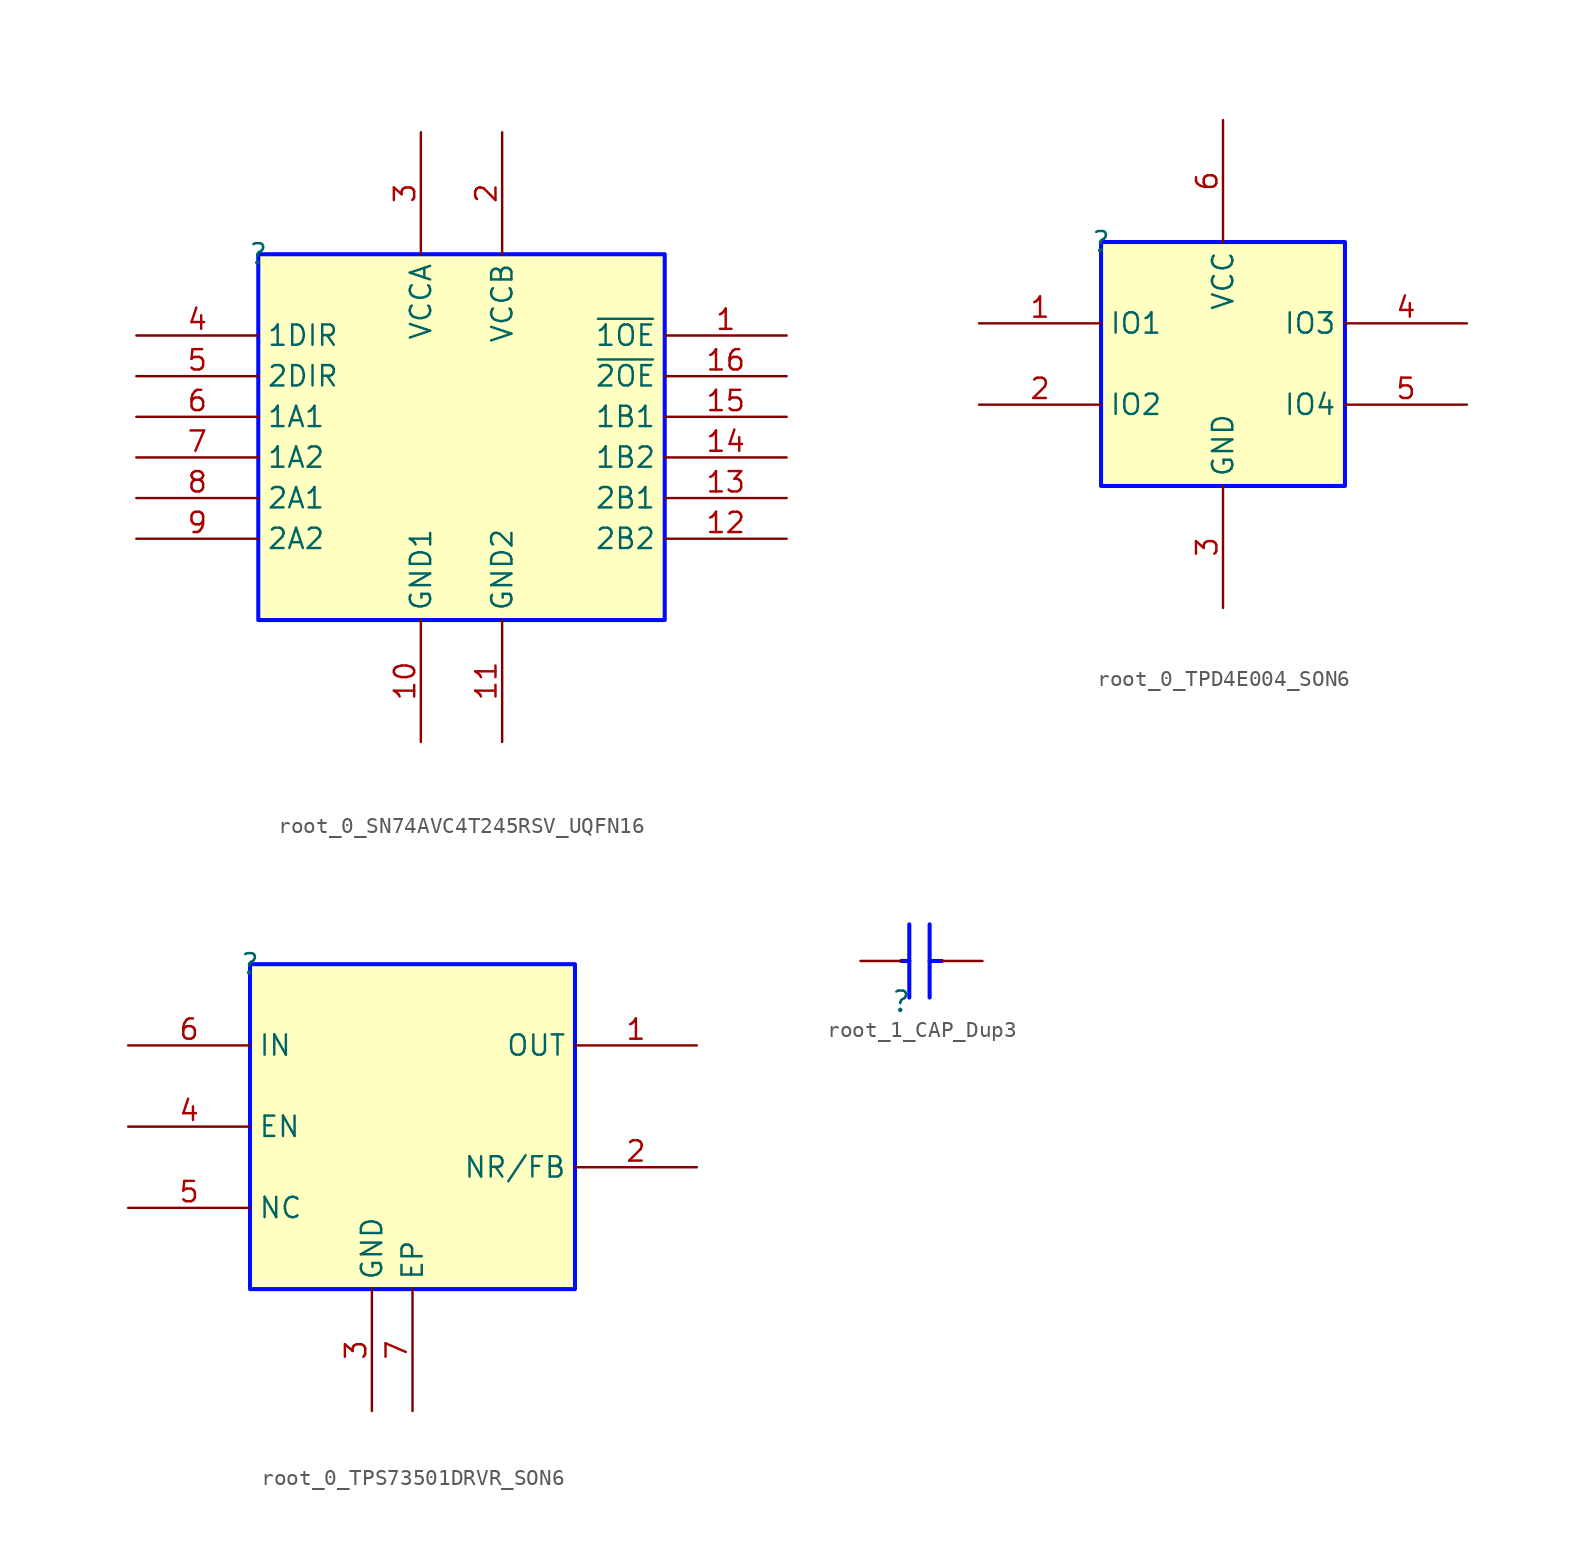
<source format=kicad_sym>
(kicad_symbol_lib
  (version 20231120)
  (generator "kicad_symbol_editor")
  (generator_version "8.0")
  (symbol "root_0_SN74AVC4T245RSV_UQFN16"
    (property "Reference" ""
      (at 0 0 0)
      (effects (font (size 1.27 1.27))))
    (property "Value" ""
      (at 0 0 0)
      (effects (font (size 1.27 1.27))))
    (symbol "root_0_SN74AVC4T245RSV_UQFN16_1_0"
      (rectangle (start 25.4 0) (end 0 -22.86) (stroke (width 0.254) (type solid) (color 0 11 255 1)) (fill (type background)))
      (pin passive line (at 33.02 -5.08 180) (length 7.62) (name "~{1OE}" (effects (font (size 1.27 1.27)))) (number "1" (effects (font (size 1.27 1.27)))))
      (pin power_in line (at 10.16 -30.48 90) (length 7.62) (name "GND1" (effects (font (size 1.27 1.27)))) (number "10" (effects (font (size 1.27 1.27)))))
      (pin power_in line (at 15.24 -30.48 90) (length 7.62) (name "GND2" (effects (font (size 1.27 1.27)))) (number "11" (effects (font (size 1.27 1.27)))))
      (pin bidirectional line (at 33.02 -17.78 180) (length 7.62) (name "2B2" (effects (font (size 1.27 1.27)))) (number "12" (effects (font (size 1.27 1.27)))))
      (pin bidirectional line (at 33.02 -15.24 180) (length 7.62) (name "2B1" (effects (font (size 1.27 1.27)))) (number "13" (effects (font (size 1.27 1.27)))))
      (pin bidirectional line (at 33.02 -12.7 180) (length 7.62) (name "1B2" (effects (font (size 1.27 1.27)))) (number "14" (effects (font (size 1.27 1.27)))))
      (pin bidirectional line (at 33.02 -10.16 180) (length 7.62) (name "1B1" (effects (font (size 1.27 1.27)))) (number "15" (effects (font (size 1.27 1.27)))))
      (pin passive line (at 33.02 -7.62 180) (length 7.62) (name "~{2OE}" (effects (font (size 1.27 1.27)))) (number "16" (effects (font (size 1.27 1.27)))))
      (pin power_in line (at 15.24 7.62 270) (length 7.62) (name "VCCB" (effects (font (size 1.27 1.27)))) (number "2" (effects (font (size 1.27 1.27)))))
      (pin power_in line (at 10.16 7.62 270) (length 7.62) (name "VCCA" (effects (font (size 1.27 1.27)))) (number "3" (effects (font (size 1.27 1.27)))))
      (pin passive line (at -7.62 -5.08 0) (length 7.62) (name "1DIR" (effects (font (size 1.27 1.27)))) (number "4" (effects (font (size 1.27 1.27)))))
      (pin passive line (at -7.62 -7.62 0) (length 7.62) (name "2DIR" (effects (font (size 1.27 1.27)))) (number "5" (effects (font (size 1.27 1.27)))))
      (pin bidirectional line (at -7.62 -10.16 0) (length 7.62) (name "1A1" (effects (font (size 1.27 1.27)))) (number "6" (effects (font (size 1.27 1.27)))))
      (pin bidirectional line (at -7.62 -12.7 0) (length 7.62) (name "1A2" (effects (font (size 1.27 1.27)))) (number "7" (effects (font (size 1.27 1.27)))))
      (pin bidirectional line (at -7.62 -15.24 0) (length 7.62) (name "2A1" (effects (font (size 1.27 1.27)))) (number "8" (effects (font (size 1.27 1.27)))))
      (pin bidirectional line (at -7.62 -17.78 0) (length 7.62) (name "2A2" (effects (font (size 1.27 1.27)))) (number "9" (effects (font (size 1.27 1.27)))))))
  (symbol "root_0_TPD4E004_SON6"
    (property "Reference" ""
      (at 0 0 0)
      (effects (font (size 1.27 1.27))))
    (property "Value" ""
      (at 0 0 0)
      (effects (font (size 1.27 1.27))))
    (symbol "root_0_TPD4E004_SON6_1_0"
      (rectangle (start 15.24 0) (end 0 -15.24) (stroke (width 0.254) (type solid) (color 0 11 255 1)) (fill (type background)))
      (pin passive line (at -7.62 -5.08 0) (length 7.62) (name "IO1" (effects (font (size 1.27 1.27)))) (number "1" (effects (font (size 1.27 1.27)))))
      (pin passive line (at -7.62 -10.16 0) (length 7.62) (name "IO2" (effects (font (size 1.27 1.27)))) (number "2" (effects (font (size 1.27 1.27)))))
      (pin power_in line (at 7.62 -22.86 90) (length 7.62) (name "GND" (effects (font (size 1.27 1.27)))) (number "3" (effects (font (size 1.27 1.27)))))
      (pin passive line (at 22.86 -5.08 180) (length 7.62) (name "IO3" (effects (font (size 1.27 1.27)))) (number "4" (effects (font (size 1.27 1.27)))))
      (pin passive line (at 22.86 -10.16 180) (length 7.62) (name "IO4" (effects (font (size 1.27 1.27)))) (number "5" (effects (font (size 1.27 1.27)))))
      (pin power_in line (at 7.62 7.62 270) (length 7.62) (name "VCC" (effects (font (size 1.27 1.27)))) (number "6" (effects (font (size 1.27 1.27)))))))
  (symbol "root_0_TPS73501DRVR_SON6"
    (property "Reference" ""
      (at 0 0 0)
      (effects (font (size 1.27 1.27))))
    (property "Value" ""
      (at 0 0 0)
      (effects (font (size 1.27 1.27))))
    (symbol "root_0_TPS73501DRVR_SON6_1_0"
      (rectangle (start 20.32 0) (end 0 -20.32) (stroke (width 0.254) (type solid) (color 0 11 255 1)) (fill (type background)))
      (pin power_in line (at 27.94 -5.08 180) (length 7.62) (name "OUT" (effects (font (size 1.27 1.27)))) (number "1" (effects (font (size 1.27 1.27)))))
      (pin input line (at 27.94 -12.7 180) (length 7.62) (name "NR/FB" (effects (font (size 1.27 1.27)))) (number "2" (effects (font (size 1.27 1.27)))))
      (pin power_in line (at 7.62 -27.94 90) (length 7.62) (name "GND" (effects (font (size 1.27 1.27)))) (number "3" (effects (font (size 1.27 1.27)))))
      (pin input line (at -7.62 -10.16 0) (length 7.62) (name "EN" (effects (font (size 1.27 1.27)))) (number "4" (effects (font (size 1.27 1.27)))))
      (pin passive line (at -7.62 -15.24 0) (length 7.62) (name "NC" (effects (font (size 1.27 1.27)))) (number "5" (effects (font (size 1.27 1.27)))))
      (pin power_in line (at -7.62 -5.08 0) (length 7.62) (name "IN" (effects (font (size 1.27 1.27)))) (number "6" (effects (font (size 1.27 1.27)))))
      (pin power_in line (at 10.16 -27.94 90) (length 7.62) (name "EP" (effects (font (size 1.27 1.27)))) (number "7" (effects (font (size 1.27 1.27)))))))
  (symbol "root_1_CAP_Dup3"
    (property "Reference" ""
      (at 0 0 0)
      (effects (font (size 1.27 1.27))))
    (property "Value" ""
      (at 0 0 0)
      (effects (font (size 1.27 1.27))))
    (symbol "root_1_CAP_Dup3_1_0"
      (polyline (pts (xy 0 2.54) (xy 0.508 2.54)) (stroke (width 0.254) (type solid) (color 0 11 255 1)) (fill (type none)))
      (polyline (pts (xy 0.508 0.254) (xy 0.508 4.826)) (stroke (width 0.254) (type solid) (color 0 11 255 1)) (fill (type none)))
      (polyline (pts (xy 1.778 0.254) (xy 1.778 4.826)) (stroke (width 0.254) (type solid) (color 0 11 255 1)) (fill (type none)))
      (polyline (pts (xy 2.54 2.54) (xy 1.778 2.54)) (stroke (width 0.254) (type solid) (color 0 11 255 1)) (fill (type none)))
      (pin passive line (at -2.54 2.54 0) (length 2.54) (name "1" (effects (font (size 0 0)))) (number "1" (effects (font (size 0 0)))))
      (pin passive line (at 5.08 2.54 180) (length 2.54) (name "2" (effects (font (size 0 0)))) (number "2" (effects (font (size 0 0))))))))
</source>
